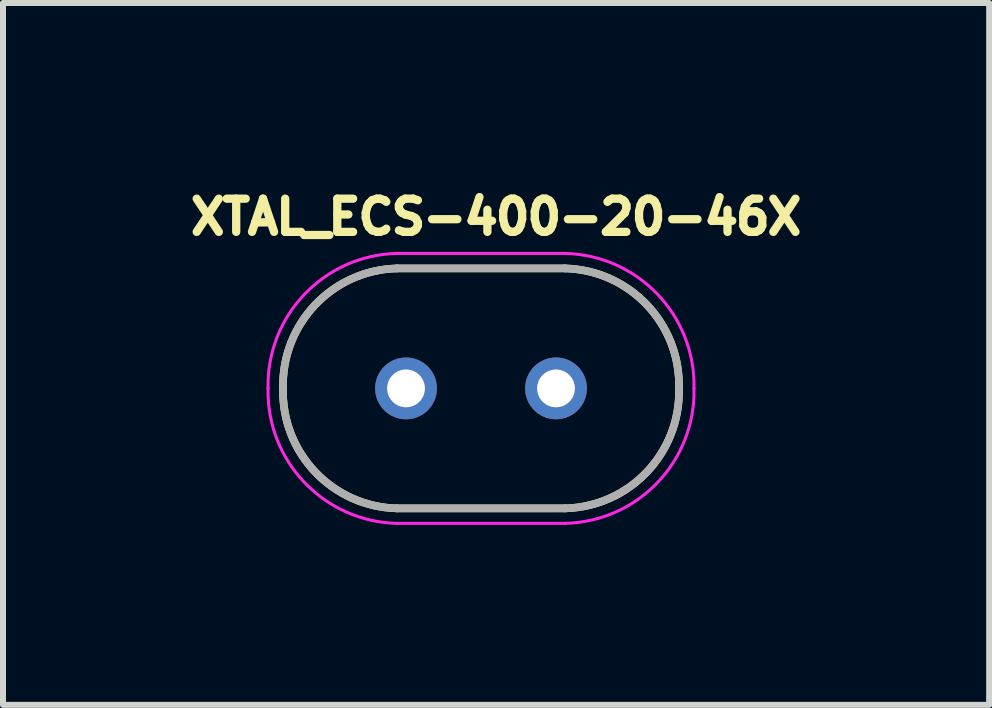
<source format=kicad_pcb>
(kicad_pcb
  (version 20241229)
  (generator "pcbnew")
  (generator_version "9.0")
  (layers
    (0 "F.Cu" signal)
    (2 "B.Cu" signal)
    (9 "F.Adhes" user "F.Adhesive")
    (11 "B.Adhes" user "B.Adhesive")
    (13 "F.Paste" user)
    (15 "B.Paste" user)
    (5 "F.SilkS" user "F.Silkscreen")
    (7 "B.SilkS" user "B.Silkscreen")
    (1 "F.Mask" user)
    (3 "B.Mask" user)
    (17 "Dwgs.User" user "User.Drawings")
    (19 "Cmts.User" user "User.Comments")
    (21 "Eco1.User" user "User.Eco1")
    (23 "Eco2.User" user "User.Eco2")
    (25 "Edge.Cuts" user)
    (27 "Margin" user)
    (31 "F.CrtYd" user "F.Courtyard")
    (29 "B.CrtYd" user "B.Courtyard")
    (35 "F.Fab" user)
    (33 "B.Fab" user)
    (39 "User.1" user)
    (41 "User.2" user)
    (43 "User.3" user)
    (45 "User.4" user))
  (footprint "XTAL_ECS-400-20-46X"
    (layer "F.Cu")
    (at 4.968 3.424)
    (property "Reference" "XTAL_ECS-400-20-46X" (at 0.251 -2.858 0) (layer "F.SilkS") (effects (font (size 0.553 0.553) (thickness 0.15))))
    (attr through_hole)
    (fp_line (start -1.4 2) (end 1.4 2) (stroke (width 0.127) (type solid)) (layer "F.SilkS"))
    (fp_line (start 1.4 -2) (end -1.4 -2) (stroke (width 0.127) (type solid)) (layer "F.SilkS"))
    (fp_arc (start -3.3 0) (mid -2.764214 -1.393503) (end -1.4 -2) (stroke (width 0.127) (type solid)) (layer "F.SilkS"))
    (fp_arc (start -1.4 2) (mid -2.764214 1.393503) (end -3.3 0) (stroke (width 0.127) (type solid)) (layer "F.SilkS"))
    (fp_arc (start 1.4 -2) (mid 2.764214 -1.393503) (end 3.3 0) (stroke (width 0.127) (type solid)) (layer "F.SilkS"))
    (fp_arc (start 3.3 0) (mid 2.764214 1.393503) (end 1.4 2) (stroke (width 0.127) (type solid)) (layer "F.SilkS"))
    (fp_line (start -1.4 2.25) (end 1.4 2.25) (stroke (width 0.05) (type solid)) (layer "F.CrtYd"))
    (fp_line (start 1.4 -2.25) (end -1.4 -2.25) (stroke (width 0.05) (type solid)) (layer "F.CrtYd"))
    (fp_arc (start -3.55 0) (mid -2.94099 -1.57028) (end -1.4 -2.25) (stroke (width 0.05) (type solid)) (layer "F.CrtYd"))
    (fp_arc (start -1.4 2.25) (mid -2.94099 1.57028) (end -3.55 0) (stroke (width 0.05) (type solid)) (layer "F.CrtYd"))
    (fp_arc (start 1.4 -2.25) (mid 2.94099 -1.57028) (end 3.55 0) (stroke (width 0.05) (type solid)) (layer "F.CrtYd"))
    (fp_arc (start 3.55 0) (mid 2.94099 1.57028) (end 1.4 2.25) (stroke (width 0.05) (type solid)) (layer "F.CrtYd"))
    (fp_line (start -1.4 2) (end 1.4 2) (stroke (width 0.127) (type solid)) (layer "F.Fab"))
    (fp_line (start 1.4 -2) (end -1.4 -2) (stroke (width 0.127) (type solid)) (layer "F.Fab"))
    (fp_arc (start -3.3 0) (mid -2.764214 -1.393503) (end -1.4 -2) (stroke (width 0.127) (type solid)) (layer "F.Fab"))
    (fp_arc (start -1.4 2) (mid -2.764214 1.393503) (end -3.3 0) (stroke (width 0.127) (type solid)) (layer "F.Fab"))
    (fp_arc (start 1.4 -2) (mid 2.764214 -1.393503) (end 3.3 0) (stroke (width 0.127) (type solid)) (layer "F.Fab"))
    (fp_arc (start 3.3 0) (mid 2.764214 1.393503) (end 1.4 2) (stroke (width 0.127) (type solid)) (layer "F.Fab"))
    (pad "1" thru_hole circle (at -1.25 0) (size 1.03 1.03) (drill 0.63) (layers "*.Cu" "*.Mask"))
    (pad "2" thru_hole circle (at 1.25 0) (size 1.03 1.03) (drill 0.63) (layers "*.Cu" "*.Mask")))
  (gr_rect
    (start -3 -3)
    (end 13.438 8.699)
    (stroke (width 0.1) (type default))
    (fill no)
    (layer "Edge.Cuts")))
</source>
